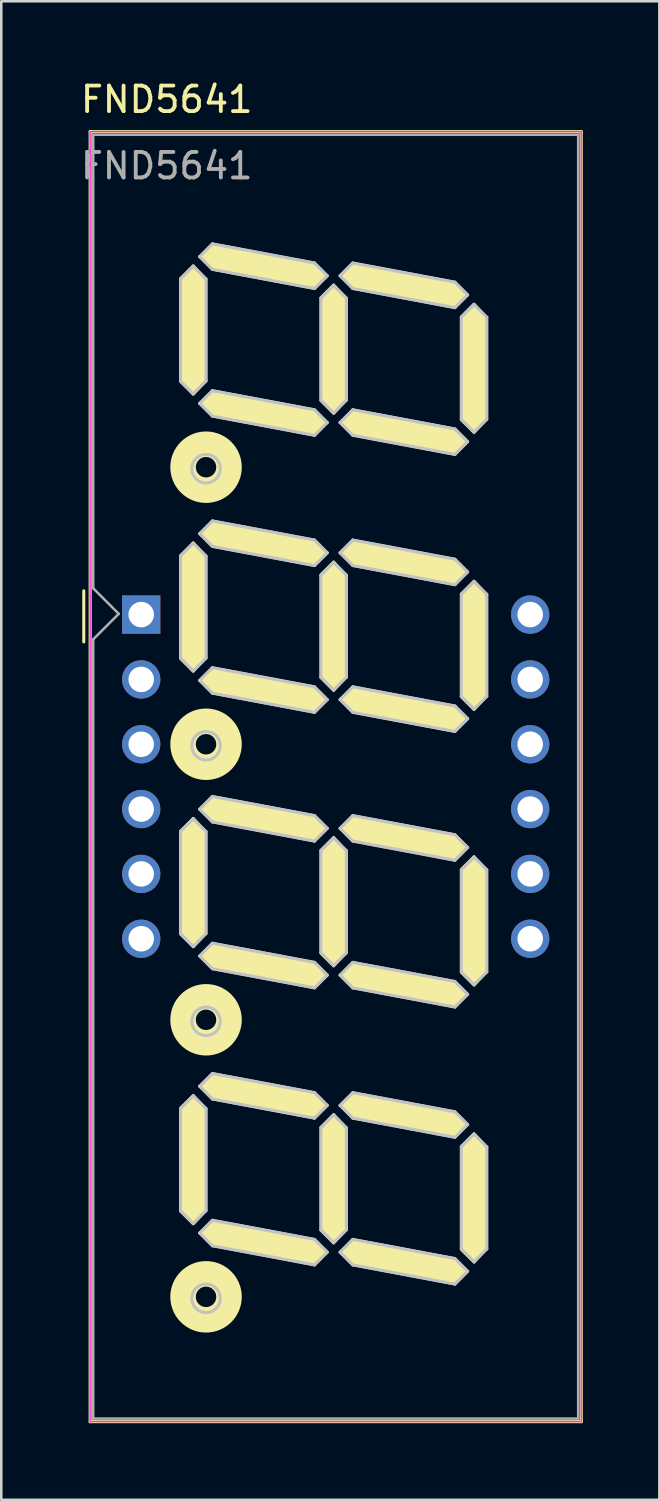
<source format=kicad_pcb>
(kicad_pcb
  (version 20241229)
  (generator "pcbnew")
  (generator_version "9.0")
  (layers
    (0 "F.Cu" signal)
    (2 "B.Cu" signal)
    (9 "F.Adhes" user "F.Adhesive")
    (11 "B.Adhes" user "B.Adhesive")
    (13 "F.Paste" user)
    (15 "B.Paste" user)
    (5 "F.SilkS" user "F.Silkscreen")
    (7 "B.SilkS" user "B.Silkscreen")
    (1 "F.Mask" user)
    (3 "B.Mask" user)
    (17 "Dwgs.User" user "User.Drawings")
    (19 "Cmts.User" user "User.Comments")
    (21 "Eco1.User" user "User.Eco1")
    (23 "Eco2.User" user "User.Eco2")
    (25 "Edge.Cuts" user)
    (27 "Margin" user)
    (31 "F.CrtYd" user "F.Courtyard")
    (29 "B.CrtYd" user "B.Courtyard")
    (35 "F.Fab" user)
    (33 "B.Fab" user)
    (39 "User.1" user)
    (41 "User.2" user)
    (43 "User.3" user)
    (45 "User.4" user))
  (footprint "FND5641"
    (layer "F.Cu")
    (at 2.482 22.298)
    (property "Reference" "FND5641" (at 1 -21.45 0) (layer "F.SilkS") (effects (font (size 1 1) (thickness 0.15))))
    (attr through_hole)
    (fp_line (start -2.25 -2.2) (end -2.25 -0.2) (stroke (width 0.12) (type solid)) (layer "F.SilkS"))
    (fp_line (start -2 -20.19) (end -2 30.35) (stroke (width 0.12) (type solid)) (layer "F.SilkS"))
    (fp_line (start -2 -20.19) (end 17.24 -20.19) (stroke (width 0.12) (type solid)) (layer "F.SilkS"))
    (fp_line (start -2 30.35) (end 17.24 30.35) (stroke (width 0.12) (type solid)) (layer "F.SilkS"))
    (fp_line (start 17.24 30.35) (end 17.24 -20.19) (stroke (width 0.12) (type solid)) (layer "F.SilkS"))
    (fp_circle (center 2.54 -7.044) (end 2.54 -6.644) (stroke (width 1) (type solid)) (fill no) (layer "F.SilkS"))
    (fp_circle (center 2.54 3.81) (end 2.54 4.21) (stroke (width 1) (type solid)) (fill no) (layer "F.SilkS"))
    (fp_circle (center 2.54 14.605) (end 2.54 15.005) (stroke (width 1) (type solid)) (fill no) (layer "F.SilkS"))
    (fp_circle (center 2.54 25.459) (end 2.54 25.859) (stroke (width 1) (type solid)) (fill no) (layer "F.SilkS"))
    (fp_poly (pts (xy 2.04 -9.894) (xy 1.54 -10.394) (xy 1.54 -14.444) (xy 2.04 -14.944) (xy 2.54 -14.394) (xy 2.54 -10.444)) (stroke (width 0.1) (type solid)) (fill yes) (layer "F.SilkS"))
    (fp_poly (pts (xy 2.04 0.96) (xy 1.54 0.46) (xy 1.54 -3.59) (xy 2.04 -4.09) (xy 2.54 -3.54) (xy 2.54 0.41)) (stroke (width 0.1) (type solid)) (fill yes) (layer "F.SilkS"))
    (fp_poly (pts (xy 2.04 11.755) (xy 1.54 11.255) (xy 1.54 7.205) (xy 2.04 6.705) (xy 2.54 7.255) (xy 2.54 11.205)) (stroke (width 0.1) (type solid)) (fill yes) (layer "F.SilkS"))
    (fp_poly (pts (xy 2.04 22.609) (xy 1.54 22.109) (xy 1.54 18.059) (xy 2.04 17.559) (xy 2.54 18.109) (xy 2.54 22.059)) (stroke (width 0.1) (type solid)) (fill yes) (layer "F.SilkS"))
    (fp_poly (pts (xy 6.79 -14.044) (xy 2.79 -14.794) (xy 2.29 -15.294) (xy 2.79 -15.794) (xy 6.79 -15.044) (xy 7.29 -14.544)) (stroke (width 0.1) (type solid)) (fill yes) (layer "F.SilkS"))
    (fp_poly (pts (xy 6.79 -8.294) (xy 2.79 -9.044) (xy 2.29 -9.544) (xy 2.79 -10.044) (xy 6.79 -9.294) (xy 7.29 -8.794)) (stroke (width 0.1) (type solid)) (fill yes) (layer "F.SilkS"))
    (fp_poly (pts (xy 6.79 -3.19) (xy 2.79 -3.94) (xy 2.29 -4.44) (xy 2.79 -4.94) (xy 6.79 -4.19) (xy 7.29 -3.69)) (stroke (width 0.1) (type solid)) (fill yes) (layer "F.SilkS"))
    (fp_poly (pts (xy 6.79 2.56) (xy 2.79 1.81) (xy 2.29 1.31) (xy 2.79 0.81) (xy 6.79 1.56) (xy 7.29 2.06)) (stroke (width 0.1) (type solid)) (fill yes) (layer "F.SilkS"))
    (fp_poly (pts (xy 6.79 7.605) (xy 2.79 6.855) (xy 2.29 6.355) (xy 2.79 5.855) (xy 6.79 6.605) (xy 7.29 7.105)) (stroke (width 0.1) (type solid)) (fill yes) (layer "F.SilkS"))
    (fp_poly (pts (xy 6.79 13.355) (xy 2.79 12.605) (xy 2.29 12.105) (xy 2.79 11.605) (xy 6.79 12.355) (xy 7.29 12.855)) (stroke (width 0.1) (type solid)) (fill yes) (layer "F.SilkS"))
    (fp_poly (pts (xy 6.79 18.459) (xy 2.79 17.709) (xy 2.29 17.209) (xy 2.79 16.709) (xy 6.79 17.459) (xy 7.29 17.959)) (stroke (width 0.1) (type solid)) (fill yes) (layer "F.SilkS"))
    (fp_poly (pts (xy 6.79 24.209) (xy 2.79 23.459) (xy 2.29 22.959) (xy 2.79 22.459) (xy 6.79 23.209) (xy 7.29 23.709)) (stroke (width 0.1) (type solid)) (fill yes) (layer "F.SilkS"))
    (fp_poly (pts (xy 7.54 -9.144) (xy 7.04 -9.644) (xy 7.04 -13.694) (xy 7.54 -14.194) (xy 8.04 -13.644) (xy 8.04 -9.694)) (stroke (width 0.1) (type solid)) (fill yes) (layer "F.SilkS"))
    (fp_poly (pts (xy 7.54 1.71) (xy 7.04 1.21) (xy 7.04 -2.84) (xy 7.54 -3.34) (xy 8.04 -2.79) (xy 8.04 1.16)) (stroke (width 0.1) (type solid)) (fill yes) (layer "F.SilkS"))
    (fp_poly (pts (xy 7.54 12.505) (xy 7.04 12.005) (xy 7.04 7.955) (xy 7.54 7.455) (xy 8.04 8.005) (xy 8.04 11.955)) (stroke (width 0.1) (type solid)) (fill yes) (layer "F.SilkS"))
    (fp_poly (pts (xy 7.54 23.359) (xy 7.04 22.859) (xy 7.04 18.809) (xy 7.54 18.309) (xy 8.04 18.859) (xy 8.04 22.809)) (stroke (width 0.1) (type solid)) (fill yes) (layer "F.SilkS"))
    (fp_poly (pts (xy 12.29 -13.294) (xy 8.29 -14.044) (xy 7.79 -14.544) (xy 8.29 -15.044) (xy 12.29 -14.294) (xy 12.79 -13.794)) (stroke (width 0.1) (type solid)) (fill yes) (layer "F.SilkS"))
    (fp_poly (pts (xy 12.29 -7.544) (xy 8.29 -8.294) (xy 7.79 -8.794) (xy 8.29 -9.294) (xy 12.29 -8.544) (xy 12.79 -8.044)) (stroke (width 0.1) (type solid)) (fill yes) (layer "F.SilkS"))
    (fp_poly (pts (xy 12.29 -2.44) (xy 8.29 -3.19) (xy 7.79 -3.69) (xy 8.29 -4.19) (xy 12.29 -3.44) (xy 12.79 -2.94)) (stroke (width 0.1) (type solid)) (fill yes) (layer "F.SilkS"))
    (fp_poly (pts (xy 12.29 3.31) (xy 8.29 2.56) (xy 7.79 2.06) (xy 8.29 1.56) (xy 12.29 2.31) (xy 12.79 2.81)) (stroke (width 0.1) (type solid)) (fill yes) (layer "F.SilkS"))
    (fp_poly (pts (xy 12.29 8.355) (xy 8.29 7.605) (xy 7.79 7.105) (xy 8.29 6.605) (xy 12.29 7.355) (xy 12.79 7.855)) (stroke (width 0.1) (type solid)) (fill yes) (layer "F.SilkS"))
    (fp_poly (pts (xy 12.29 14.105) (xy 8.29 13.355) (xy 7.79 12.855) (xy 8.29 12.355) (xy 12.29 13.105) (xy 12.79 13.605)) (stroke (width 0.1) (type solid)) (fill yes) (layer "F.SilkS"))
    (fp_poly (pts (xy 12.29 19.209) (xy 8.29 18.459) (xy 7.79 17.959) (xy 8.29 17.459) (xy 12.29 18.209) (xy 12.79 18.709)) (stroke (width 0.1) (type solid)) (fill yes) (layer "F.SilkS"))
    (fp_poly (pts (xy 12.29 24.959) (xy 8.29 24.209) (xy 7.79 23.709) (xy 8.29 23.209) (xy 12.29 23.959) (xy 12.79 24.459)) (stroke (width 0.1) (type solid)) (fill yes) (layer "F.SilkS"))
    (fp_poly (pts (xy 13.04 -8.394) (xy 12.54 -8.894) (xy 12.54 -12.944) (xy 13.04 -13.444) (xy 13.54 -12.894) (xy 13.54 -8.944)) (stroke (width 0.1) (type solid)) (fill yes) (layer "F.SilkS"))
    (fp_poly (pts (xy 13.04 2.46) (xy 12.54 1.96) (xy 12.54 -2.09) (xy 13.04 -2.59) (xy 13.54 -2.04) (xy 13.54 1.91)) (stroke (width 0.1) (type solid)) (fill yes) (layer "F.SilkS"))
    (fp_poly (pts (xy 13.04 13.255) (xy 12.54 12.755) (xy 12.54 8.705) (xy 13.04 8.205) (xy 13.54 8.755) (xy 13.54 12.705)) (stroke (width 0.1) (type solid)) (fill yes) (layer "F.SilkS"))
    (fp_poly (pts (xy 13.04 24.109) (xy 12.54 23.609) (xy 12.54 19.559) (xy 13.04 19.059) (xy 13.54 19.609) (xy 13.54 23.559)) (stroke (width 0.1) (type solid)) (fill yes) (layer "F.SilkS"))
    (fp_line (start 1.54 -14.419) (end 1.54 -10.419) (stroke (width 0.12) (type solid)) (layer "Dwgs.User"))
    (fp_line (start 1.54 -10.419) (end 2.04 -9.919) (stroke (width 0.12) (type solid)) (layer "Dwgs.User"))
    (fp_line (start 1.54 -3.565) (end 1.54 0.435) (stroke (width 0.12) (type solid)) (layer "Dwgs.User"))
    (fp_line (start 1.54 0.435) (end 2.04 0.935) (stroke (width 0.12) (type solid)) (layer "Dwgs.User"))
    (fp_line (start 1.54 7.23) (end 1.54 11.23) (stroke (width 0.12) (type solid)) (layer "Dwgs.User"))
    (fp_line (start 1.54 11.23) (end 2.04 11.73) (stroke (width 0.12) (type solid)) (layer "Dwgs.User"))
    (fp_line (start 1.54 18.084) (end 1.54 22.084) (stroke (width 0.12) (type solid)) (layer "Dwgs.User"))
    (fp_line (start 1.54 22.084) (end 2.04 22.584) (stroke (width 0.12) (type solid)) (layer "Dwgs.User"))
    (fp_line (start 2.04 -14.919) (end 1.54 -14.419) (stroke (width 0.12) (type solid)) (layer "Dwgs.User"))
    (fp_line (start 2.04 -9.919) (end 2.54 -10.419) (stroke (width 0.12) (type solid)) (layer "Dwgs.User"))
    (fp_line (start 2.04 -4.065) (end 1.54 -3.565) (stroke (width 0.12) (type solid)) (layer "Dwgs.User"))
    (fp_line (start 2.04 0.935) (end 2.54 0.435) (stroke (width 0.12) (type solid)) (layer "Dwgs.User"))
    (fp_line (start 2.04 6.73) (end 1.54 7.23) (stroke (width 0.12) (type solid)) (layer "Dwgs.User"))
    (fp_line (start 2.04 11.73) (end 2.54 11.23) (stroke (width 0.12) (type solid)) (layer "Dwgs.User"))
    (fp_line (start 2.04 17.584) (end 1.54 18.084) (stroke (width 0.12) (type solid)) (layer "Dwgs.User"))
    (fp_line (start 2.04 22.584) (end 2.54 22.084) (stroke (width 0.12) (type solid)) (layer "Dwgs.User"))
    (fp_line (start 2.29 -15.294) (end 2.79 -14.794) (stroke (width 0.12) (type solid)) (layer "Dwgs.User"))
    (fp_line (start 2.29 -9.544) (end 2.79 -9.044) (stroke (width 0.12) (type solid)) (layer "Dwgs.User"))
    (fp_line (start 2.29 -4.44) (end 2.79 -3.94) (stroke (width 0.12) (type solid)) (layer "Dwgs.User"))
    (fp_line (start 2.29 1.31) (end 2.79 1.81) (stroke (width 0.12) (type solid)) (layer "Dwgs.User"))
    (fp_line (start 2.29 6.355) (end 2.79 6.855) (stroke (width 0.12) (type solid)) (layer "Dwgs.User"))
    (fp_line (start 2.29 12.105) (end 2.79 12.605) (stroke (width 0.12) (type solid)) (layer "Dwgs.User"))
    (fp_line (start 2.29 17.209) (end 2.79 17.709) (stroke (width 0.12) (type solid)) (layer "Dwgs.User"))
    (fp_line (start 2.29 22.959) (end 2.79 23.459) (stroke (width 0.12) (type solid)) (layer "Dwgs.User"))
    (fp_line (start 2.54 -14.419) (end 2.04 -14.919) (stroke (width 0.12) (type solid)) (layer "Dwgs.User"))
    (fp_line (start 2.54 -10.419) (end 2.54 -14.419) (stroke (width 0.12) (type solid)) (layer "Dwgs.User"))
    (fp_line (start 2.54 -3.565) (end 2.04 -4.065) (stroke (width 0.12) (type solid)) (layer "Dwgs.User"))
    (fp_line (start 2.54 0.435) (end 2.54 -3.565) (stroke (width 0.12) (type solid)) (layer "Dwgs.User"))
    (fp_line (start 2.54 7.23) (end 2.04 6.73) (stroke (width 0.12) (type solid)) (layer "Dwgs.User"))
    (fp_line (start 2.54 11.23) (end 2.54 7.23) (stroke (width 0.12) (type solid)) (layer "Dwgs.User"))
    (fp_line (start 2.54 18.084) (end 2.04 17.584) (stroke (width 0.12) (type solid)) (layer "Dwgs.User"))
    (fp_line (start 2.54 22.084) (end 2.54 18.084) (stroke (width 0.12) (type solid)) (layer "Dwgs.User"))
    (fp_line (start 2.79 -15.794) (end 2.29 -15.294) (stroke (width 0.12) (type solid)) (layer "Dwgs.User"))
    (fp_line (start 2.79 -14.794) (end 6.79 -14.044) (stroke (width 0.12) (type solid)) (layer "Dwgs.User"))
    (fp_line (start 2.79 -10.044) (end 2.29 -9.544) (stroke (width 0.12) (type solid)) (layer "Dwgs.User"))
    (fp_line (start 2.79 -9.044) (end 6.79 -8.294) (stroke (width 0.12) (type solid)) (layer "Dwgs.User"))
    (fp_line (start 2.79 -4.94) (end 2.29 -4.44) (stroke (width 0.12) (type solid)) (layer "Dwgs.User"))
    (fp_line (start 2.79 -3.94) (end 6.79 -3.19) (stroke (width 0.12) (type solid)) (layer "Dwgs.User"))
    (fp_line (start 2.79 0.81) (end 2.29 1.31) (stroke (width 0.12) (type solid)) (layer "Dwgs.User"))
    (fp_line (start 2.79 1.81) (end 6.79 2.56) (stroke (width 0.12) (type solid)) (layer "Dwgs.User"))
    (fp_line (start 2.79 5.855) (end 2.29 6.355) (stroke (width 0.12) (type solid)) (layer "Dwgs.User"))
    (fp_line (start 2.79 6.855) (end 6.79 7.605) (stroke (width 0.12) (type solid)) (layer "Dwgs.User"))
    (fp_line (start 2.79 11.605) (end 2.29 12.105) (stroke (width 0.12) (type solid)) (layer "Dwgs.User"))
    (fp_line (start 2.79 12.605) (end 6.79 13.355) (stroke (width 0.12) (type solid)) (layer "Dwgs.User"))
    (fp_line (start 2.79 16.709) (end 2.29 17.209) (stroke (width 0.12) (type solid)) (layer "Dwgs.User"))
    (fp_line (start 2.79 17.709) (end 6.79 18.459) (stroke (width 0.12) (type solid)) (layer "Dwgs.User"))
    (fp_line (start 2.79 22.459) (end 2.29 22.959) (stroke (width 0.12) (type solid)) (layer "Dwgs.User"))
    (fp_line (start 2.79 23.459) (end 6.79 24.209) (stroke (width 0.12) (type solid)) (layer "Dwgs.User"))
    (fp_line (start 6.79 -15.044) (end 2.79 -15.794) (stroke (width 0.12) (type solid)) (layer "Dwgs.User"))
    (fp_line (start 6.79 -14.044) (end 7.29 -14.544) (stroke (width 0.12) (type solid)) (layer "Dwgs.User"))
    (fp_line (start 6.79 -9.294) (end 2.79 -10.044) (stroke (width 0.12) (type solid)) (layer "Dwgs.User"))
    (fp_line (start 6.79 -8.294) (end 7.29 -8.794) (stroke (width 0.12) (type solid)) (layer "Dwgs.User"))
    (fp_line (start 6.79 -4.19) (end 2.79 -4.94) (stroke (width 0.12) (type solid)) (layer "Dwgs.User"))
    (fp_line (start 6.79 -3.19) (end 7.29 -3.69) (stroke (width 0.12) (type solid)) (layer "Dwgs.User"))
    (fp_line (start 6.79 1.56) (end 2.79 0.81) (stroke (width 0.12) (type solid)) (layer "Dwgs.User"))
    (fp_line (start 6.79 2.56) (end 7.29 2.06) (stroke (width 0.12) (type solid)) (layer "Dwgs.User"))
    (fp_line (start 6.79 6.605) (end 2.79 5.855) (stroke (width 0.12) (type solid)) (layer "Dwgs.User"))
    (fp_line (start 6.79 7.605) (end 7.29 7.105) (stroke (width 0.12) (type solid)) (layer "Dwgs.User"))
    (fp_line (start 6.79 12.355) (end 2.79 11.605) (stroke (width 0.12) (type solid)) (layer "Dwgs.User"))
    (fp_line (start 6.79 13.355) (end 7.29 12.855) (stroke (width 0.12) (type solid)) (layer "Dwgs.User"))
    (fp_line (start 6.79 17.459) (end 2.79 16.709) (stroke (width 0.12) (type solid)) (layer "Dwgs.User"))
    (fp_line (start 6.79 18.459) (end 7.29 17.959) (stroke (width 0.12) (type solid)) (layer "Dwgs.User"))
    (fp_line (start 6.79 23.209) (end 2.79 22.459) (stroke (width 0.12) (type solid)) (layer "Dwgs.User"))
    (fp_line (start 6.79 24.209) (end 7.29 23.709) (stroke (width 0.12) (type solid)) (layer "Dwgs.User"))
    (fp_line (start 7.04 -13.669) (end 7.04 -9.669) (stroke (width 0.12) (type solid)) (layer "Dwgs.User"))
    (fp_line (start 7.04 -9.669) (end 7.54 -9.169) (stroke (width 0.12) (type solid)) (layer "Dwgs.User"))
    (fp_line (start 7.04 -2.815) (end 7.04 1.185) (stroke (width 0.12) (type solid)) (layer "Dwgs.User"))
    (fp_line (start 7.04 1.185) (end 7.54 1.685) (stroke (width 0.12) (type solid)) (layer "Dwgs.User"))
    (fp_line (start 7.04 7.98) (end 7.04 11.98) (stroke (width 0.12) (type solid)) (layer "Dwgs.User"))
    (fp_line (start 7.04 11.98) (end 7.54 12.48) (stroke (width 0.12) (type solid)) (layer "Dwgs.User"))
    (fp_line (start 7.04 18.834) (end 7.04 22.834) (stroke (width 0.12) (type solid)) (layer "Dwgs.User"))
    (fp_line (start 7.04 22.834) (end 7.54 23.334) (stroke (width 0.12) (type solid)) (layer "Dwgs.User"))
    (fp_line (start 7.29 -14.544) (end 6.79 -15.044) (stroke (width 0.12) (type solid)) (layer "Dwgs.User"))
    (fp_line (start 7.29 -8.794) (end 6.79 -9.294) (stroke (width 0.12) (type solid)) (layer "Dwgs.User"))
    (fp_line (start 7.29 -3.69) (end 6.79 -4.19) (stroke (width 0.12) (type solid)) (layer "Dwgs.User"))
    (fp_line (start 7.29 2.06) (end 6.79 1.56) (stroke (width 0.12) (type solid)) (layer "Dwgs.User"))
    (fp_line (start 7.29 7.105) (end 6.79 6.605) (stroke (width 0.12) (type solid)) (layer "Dwgs.User"))
    (fp_line (start 7.29 12.855) (end 6.79 12.355) (stroke (width 0.12) (type solid)) (layer "Dwgs.User"))
    (fp_line (start 7.29 17.959) (end 6.79 17.459) (stroke (width 0.12) (type solid)) (layer "Dwgs.User"))
    (fp_line (start 7.29 23.709) (end 6.79 23.209) (stroke (width 0.12) (type solid)) (layer "Dwgs.User"))
    (fp_line (start 7.54 -14.169) (end 7.04 -13.669) (stroke (width 0.12) (type solid)) (layer "Dwgs.User"))
    (fp_line (start 7.54 -9.169) (end 8.04 -9.669) (stroke (width 0.12) (type solid)) (layer "Dwgs.User"))
    (fp_line (start 7.54 -3.315) (end 7.04 -2.815) (stroke (width 0.12) (type solid)) (layer "Dwgs.User"))
    (fp_line (start 7.54 1.685) (end 8.04 1.185) (stroke (width 0.12) (type solid)) (layer "Dwgs.User"))
    (fp_line (start 7.54 7.48) (end 7.04 7.98) (stroke (width 0.12) (type solid)) (layer "Dwgs.User"))
    (fp_line (start 7.54 12.48) (end 8.04 11.98) (stroke (width 0.12) (type solid)) (layer "Dwgs.User"))
    (fp_line (start 7.54 18.334) (end 7.04 18.834) (stroke (width 0.12) (type solid)) (layer "Dwgs.User"))
    (fp_line (start 7.54 23.334) (end 8.04 22.834) (stroke (width 0.12) (type solid)) (layer "Dwgs.User"))
    (fp_line (start 7.79 -14.544) (end 8.29 -14.044) (stroke (width 0.12) (type solid)) (layer "Dwgs.User"))
    (fp_line (start 7.79 -8.794) (end 8.29 -8.294) (stroke (width 0.12) (type solid)) (layer "Dwgs.User"))
    (fp_line (start 7.79 -3.69) (end 8.29 -3.19) (stroke (width 0.12) (type solid)) (layer "Dwgs.User"))
    (fp_line (start 7.79 2.06) (end 8.29 2.56) (stroke (width 0.12) (type solid)) (layer "Dwgs.User"))
    (fp_line (start 7.79 7.105) (end 8.29 7.605) (stroke (width 0.12) (type solid)) (layer "Dwgs.User"))
    (fp_line (start 7.79 12.855) (end 8.29 13.355) (stroke (width 0.12) (type solid)) (layer "Dwgs.User"))
    (fp_line (start 7.79 17.959) (end 8.29 18.459) (stroke (width 0.12) (type solid)) (layer "Dwgs.User"))
    (fp_line (start 7.79 23.709) (end 8.29 24.209) (stroke (width 0.12) (type solid)) (layer "Dwgs.User"))
    (fp_line (start 8.04 -13.669) (end 7.54 -14.169) (stroke (width 0.12) (type solid)) (layer "Dwgs.User"))
    (fp_line (start 8.04 -9.669) (end 8.04 -13.669) (stroke (width 0.12) (type solid)) (layer "Dwgs.User"))
    (fp_line (start 8.04 -2.815) (end 7.54 -3.315) (stroke (width 0.12) (type solid)) (layer "Dwgs.User"))
    (fp_line (start 8.04 1.185) (end 8.04 -2.815) (stroke (width 0.12) (type solid)) (layer "Dwgs.User"))
    (fp_line (start 8.04 7.98) (end 7.54 7.48) (stroke (width 0.12) (type solid)) (layer "Dwgs.User"))
    (fp_line (start 8.04 11.98) (end 8.04 7.98) (stroke (width 0.12) (type solid)) (layer "Dwgs.User"))
    (fp_line (start 8.04 18.834) (end 7.54 18.334) (stroke (width 0.12) (type solid)) (layer "Dwgs.User"))
    (fp_line (start 8.04 22.834) (end 8.04 18.834) (stroke (width 0.12) (type solid)) (layer "Dwgs.User"))
    (fp_line (start 8.29 -15.044) (end 7.79 -14.544) (stroke (width 0.12) (type solid)) (layer "Dwgs.User"))
    (fp_line (start 8.29 -14.044) (end 12.29 -13.294) (stroke (width 0.12) (type solid)) (layer "Dwgs.User"))
    (fp_line (start 8.29 -9.294) (end 7.79 -8.794) (stroke (width 0.12) (type solid)) (layer "Dwgs.User"))
    (fp_line (start 8.29 -8.294) (end 12.29 -7.544) (stroke (width 0.12) (type solid)) (layer "Dwgs.User"))
    (fp_line (start 8.29 -4.19) (end 7.79 -3.69) (stroke (width 0.12) (type solid)) (layer "Dwgs.User"))
    (fp_line (start 8.29 -3.19) (end 12.29 -2.44) (stroke (width 0.12) (type solid)) (layer "Dwgs.User"))
    (fp_line (start 8.29 1.56) (end 7.79 2.06) (stroke (width 0.12) (type solid)) (layer "Dwgs.User"))
    (fp_line (start 8.29 2.56) (end 12.29 3.31) (stroke (width 0.12) (type solid)) (layer "Dwgs.User"))
    (fp_line (start 8.29 6.605) (end 7.79 7.105) (stroke (width 0.12) (type solid)) (layer "Dwgs.User"))
    (fp_line (start 8.29 7.605) (end 12.29 8.355) (stroke (width 0.12) (type solid)) (layer "Dwgs.User"))
    (fp_line (start 8.29 12.355) (end 7.79 12.855) (stroke (width 0.12) (type solid)) (layer "Dwgs.User"))
    (fp_line (start 8.29 13.355) (end 12.29 14.105) (stroke (width 0.12) (type solid)) (layer "Dwgs.User"))
    (fp_line (start 8.29 17.459) (end 7.79 17.959) (stroke (width 0.12) (type solid)) (layer "Dwgs.User"))
    (fp_line (start 8.29 18.459) (end 12.29 19.209) (stroke (width 0.12) (type solid)) (layer "Dwgs.User"))
    (fp_line (start 8.29 23.209) (end 7.79 23.709) (stroke (width 0.12) (type solid)) (layer "Dwgs.User"))
    (fp_line (start 8.29 24.209) (end 12.29 24.959) (stroke (width 0.12) (type solid)) (layer "Dwgs.User"))
    (fp_line (start 12.29 -14.294) (end 8.29 -15.044) (stroke (width 0.12) (type solid)) (layer "Dwgs.User"))
    (fp_line (start 12.29 -13.294) (end 12.79 -13.794) (stroke (width 0.12) (type solid)) (layer "Dwgs.User"))
    (fp_line (start 12.29 -8.544) (end 8.29 -9.294) (stroke (width 0.12) (type solid)) (layer "Dwgs.User"))
    (fp_line (start 12.29 -7.544) (end 12.79 -8.044) (stroke (width 0.12) (type solid)) (layer "Dwgs.User"))
    (fp_line (start 12.29 -3.44) (end 8.29 -4.19) (stroke (width 0.12) (type solid)) (layer "Dwgs.User"))
    (fp_line (start 12.29 -2.44) (end 12.79 -2.94) (stroke (width 0.12) (type solid)) (layer "Dwgs.User"))
    (fp_line (start 12.29 2.31) (end 8.29 1.56) (stroke (width 0.12) (type solid)) (layer "Dwgs.User"))
    (fp_line (start 12.29 3.31) (end 12.79 2.81) (stroke (width 0.12) (type solid)) (layer "Dwgs.User"))
    (fp_line (start 12.29 7.355) (end 8.29 6.605) (stroke (width 0.12) (type solid)) (layer "Dwgs.User"))
    (fp_line (start 12.29 8.355) (end 12.79 7.855) (stroke (width 0.12) (type solid)) (layer "Dwgs.User"))
    (fp_line (start 12.29 13.105) (end 8.29 12.355) (stroke (width 0.12) (type solid)) (layer "Dwgs.User"))
    (fp_line (start 12.29 14.105) (end 12.79 13.605) (stroke (width 0.12) (type solid)) (layer "Dwgs.User"))
    (fp_line (start 12.29 18.209) (end 8.29 17.459) (stroke (width 0.12) (type solid)) (layer "Dwgs.User"))
    (fp_line (start 12.29 19.209) (end 12.79 18.709) (stroke (width 0.12) (type solid)) (layer "Dwgs.User"))
    (fp_line (start 12.29 23.959) (end 8.29 23.209) (stroke (width 0.12) (type solid)) (layer "Dwgs.User"))
    (fp_line (start 12.29 24.959) (end 12.79 24.459) (stroke (width 0.12) (type solid)) (layer "Dwgs.User"))
    (fp_line (start 12.54 -12.919) (end 12.54 -8.919) (stroke (width 0.12) (type solid)) (layer "Dwgs.User"))
    (fp_line (start 12.54 -8.919) (end 13.04 -8.419) (stroke (width 0.12) (type solid)) (layer "Dwgs.User"))
    (fp_line (start 12.54 -2.065) (end 12.54 1.935) (stroke (width 0.12) (type solid)) (layer "Dwgs.User"))
    (fp_line (start 12.54 1.935) (end 13.04 2.435) (stroke (width 0.12) (type solid)) (layer "Dwgs.User"))
    (fp_line (start 12.54 8.73) (end 12.54 12.73) (stroke (width 0.12) (type solid)) (layer "Dwgs.User"))
    (fp_line (start 12.54 12.73) (end 13.04 13.23) (stroke (width 0.12) (type solid)) (layer "Dwgs.User"))
    (fp_line (start 12.54 19.584) (end 12.54 23.584) (stroke (width 0.12) (type solid)) (layer "Dwgs.User"))
    (fp_line (start 12.54 23.584) (end 13.04 24.084) (stroke (width 0.12) (type solid)) (layer "Dwgs.User"))
    (fp_line (start 12.79 -13.794) (end 12.29 -14.294) (stroke (width 0.12) (type solid)) (layer "Dwgs.User"))
    (fp_line (start 12.79 -8.044) (end 12.29 -8.544) (stroke (width 0.12) (type solid)) (layer "Dwgs.User"))
    (fp_line (start 12.79 -2.94) (end 12.29 -3.44) (stroke (width 0.12) (type solid)) (layer "Dwgs.User"))
    (fp_line (start 12.79 2.81) (end 12.29 2.31) (stroke (width 0.12) (type solid)) (layer "Dwgs.User"))
    (fp_line (start 12.79 7.855) (end 12.29 7.355) (stroke (width 0.12) (type solid)) (layer "Dwgs.User"))
    (fp_line (start 12.79 13.605) (end 12.29 13.105) (stroke (width 0.12) (type solid)) (layer "Dwgs.User"))
    (fp_line (start 12.79 18.709) (end 12.29 18.209) (stroke (width 0.12) (type solid)) (layer "Dwgs.User"))
    (fp_line (start 12.79 24.459) (end 12.29 23.959) (stroke (width 0.12) (type solid)) (layer "Dwgs.User"))
    (fp_line (start 13.04 -13.419) (end 12.54 -12.919) (stroke (width 0.12) (type solid)) (layer "Dwgs.User"))
    (fp_line (start 13.04 -8.419) (end 13.54 -8.919) (stroke (width 0.12) (type solid)) (layer "Dwgs.User"))
    (fp_line (start 13.04 -2.565) (end 12.54 -2.065) (stroke (width 0.12) (type solid)) (layer "Dwgs.User"))
    (fp_line (start 13.04 2.435) (end 13.54 1.935) (stroke (width 0.12) (type solid)) (layer "Dwgs.User"))
    (fp_line (start 13.04 8.23) (end 12.54 8.73) (stroke (width 0.12) (type solid)) (layer "Dwgs.User"))
    (fp_line (start 13.04 13.23) (end 13.54 12.73) (stroke (width 0.12) (type solid)) (layer "Dwgs.User"))
    (fp_line (start 13.04 19.084) (end 12.54 19.584) (stroke (width 0.12) (type solid)) (layer "Dwgs.User"))
    (fp_line (start 13.04 24.084) (end 13.54 23.584) (stroke (width 0.12) (type solid)) (layer "Dwgs.User"))
    (fp_line (start 13.54 -12.919) (end 13.04 -13.419) (stroke (width 0.12) (type solid)) (layer "Dwgs.User"))
    (fp_line (start 13.54 -8.919) (end 13.54 -12.919) (stroke (width 0.12) (type solid)) (layer "Dwgs.User"))
    (fp_line (start 13.54 -2.065) (end 13.04 -2.565) (stroke (width 0.12) (type solid)) (layer "Dwgs.User"))
    (fp_line (start 13.54 1.935) (end 13.54 -2.065) (stroke (width 0.12) (type solid)) (layer "Dwgs.User"))
    (fp_line (start 13.54 8.73) (end 13.04 8.23) (stroke (width 0.12) (type solid)) (layer "Dwgs.User"))
    (fp_line (start 13.54 12.73) (end 13.54 8.73) (stroke (width 0.12) (type solid)) (layer "Dwgs.User"))
    (fp_line (start 13.54 19.584) (end 13.04 19.084) (stroke (width 0.12) (type solid)) (layer "Dwgs.User"))
    (fp_line (start 13.54 23.584) (end 13.54 19.584) (stroke (width 0.12) (type solid)) (layer "Dwgs.User"))
    (fp_circle (center 2.54 -6.985) (end 2.29 -6.485) (stroke (width 0.12) (type solid)) (fill no) (layer "Dwgs.User"))
    (fp_circle (center 2.54 3.869) (end 2.29 4.369) (stroke (width 0.12) (type solid)) (fill no) (layer "Dwgs.User"))
    (fp_circle (center 2.54 14.664) (end 2.29 15.164) (stroke (width 0.12) (type solid)) (fill no) (layer "Dwgs.User"))
    (fp_circle (center 2.54 25.518) (end 2.29 26.018) (stroke (width 0.12) (type solid)) (fill no) (layer "Dwgs.User"))
    (fp_line (start -2 -20.19) (end 17.24 -20.19) (stroke (width 0.05) (type solid)) (layer "F.CrtYd"))
    (fp_line (start -2 30.35) (end -2 -20.19) (stroke (width 0.05) (type solid)) (layer "F.CrtYd"))
    (fp_line (start 17.24 -20.19) (end 17.24 30.35) (stroke (width 0.05) (type solid)) (layer "F.CrtYd"))
    (fp_line (start 17.24 30.35) (end -2 30.35) (stroke (width 0.05) (type solid)) (layer "F.CrtYd"))
    (fp_line (start -1.88 -20.07) (end 17.12 -20.07) (stroke (width 0.1) (type solid)) (layer "F.Fab"))
    (fp_line (start -1.88 -2.3) (end -1.88 -20.07) (stroke (width 0.1) (type solid)) (layer "F.Fab"))
    (fp_line (start -1.88 -0.3) (end -1.88 30.23) (stroke (width 0.1) (type solid)) (layer "F.Fab"))
    (fp_line (start -1.88 -0.3) (end -0.88 -1.3) (stroke (width 0.1) (type solid)) (layer "F.Fab"))
    (fp_line (start -1.88 30.23) (end 17.12 30.23) (stroke (width 0.1) (type solid)) (layer "F.Fab"))
    (fp_line (start -0.88 -1.3) (end -1.88 -2.3) (stroke (width 0.1) (type solid)) (layer "F.Fab"))
    (fp_line (start 17.12 -20.07) (end 17.12 30.23) (stroke (width 0.1) (type solid)) (layer "F.Fab"))
    (fp_text user "${REFERENCE}" (at 1 -18.85 0) (layer "F.Fab") (effects (font (size 1 1) (thickness 0.15))))
    (pad "1" thru_hole rect (at 0 -1.27) (size 1.5 1.5) (drill 1) (layers "*.Cu" "*.Mask"))
    (pad "2" thru_hole circle (at 0 1.27) (size 1.5 1.5) (drill 1) (layers "*.Cu" "*.Mask"))
    (pad "3" thru_hole circle (at 0 3.81) (size 1.5 1.5) (drill 1) (layers "*.Cu" "*.Mask"))
    (pad "4" thru_hole circle (at 0 6.35) (size 1.5 1.5) (drill 1) (layers "*.Cu" "*.Mask"))
    (pad "5" thru_hole circle (at 0 8.89) (size 1.5 1.5) (drill 1) (layers "*.Cu" "*.Mask"))
    (pad "6" thru_hole circle (at 0 11.43) (size 1.5 1.5) (drill 1) (layers "*.Cu" "*.Mask"))
    (pad "7" thru_hole circle (at 15.24 11.43) (size 1.5 1.5) (drill 1) (layers "*.Cu" "*.Mask"))
    (pad "8" thru_hole circle (at 15.24 8.89) (size 1.5 1.5) (drill 1) (layers "*.Cu" "*.Mask"))
    (pad "9" thru_hole circle (at 15.24 6.35) (size 1.5 1.5) (drill 1) (layers "*.Cu" "*.Mask"))
    (pad "10" thru_hole circle (at 15.24 3.81) (size 1.5 1.5) (drill 1) (layers "*.Cu" "*.Mask"))
    (pad "11" thru_hole circle (at 15.24 1.27) (size 1.5 1.5) (drill 1) (layers "*.Cu" "*.Mask"))
    (pad "12" thru_hole circle (at 15.24 -1.27) (size 1.5 1.5) (drill 1) (layers "*.Cu" "*.Mask")))
  (gr_rect
    (start -3 -3)
    (end 22.782 55.708)
    (stroke (width 0.1) (type default))
    (fill no)
    (layer "Edge.Cuts")))
</source>
